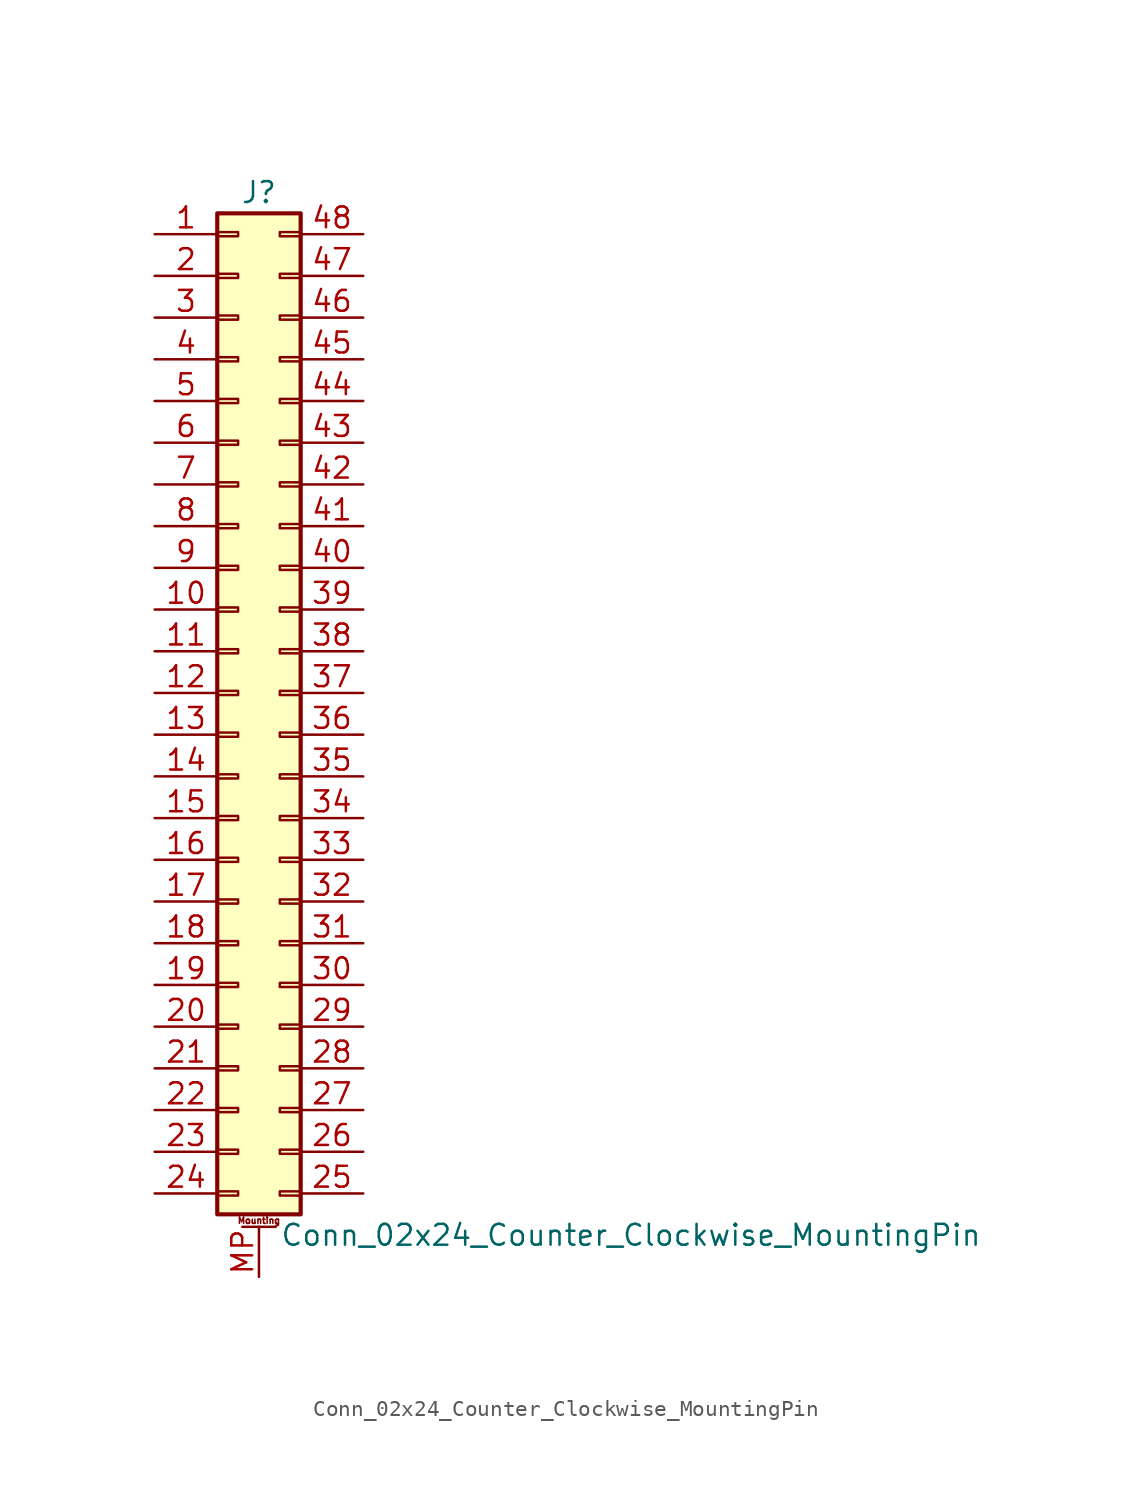
<source format=kicad_sym>
(kicad_symbol_lib
  (version 20201005)
  (generator kicad_symbol_editor)
  (symbol "Conn_02x24_Counter_Clockwise_MountingPin"
    (pin_names
      (offset 1.016) hide)
    (property "Reference" "J"
      (at 1.27 30.48 0)
      (effects (font (size 1.27 1.27))))
    (property "Value" "Conn_02x24_Counter_Clockwise_MountingPin"
      (at 2.54 -33.02 0)
      (effects (font (size 1.27 1.27)) (justify left)))
    (symbol "Conn_02x24_Counter_Clockwise_MountingPin_1_1"
      (text "Mounting" (at 1.27 -32.131 0) (effects (font (size 0.381 0.381))))
      (rectangle (start -1.27 -30.353) (end 0 -30.607) (stroke (width 0.152)) (fill (type none)))
      (rectangle (start -1.27 -27.813) (end 0 -28.067) (stroke (width 0.152)) (fill (type none)))
      (rectangle (start -1.27 -25.273) (end 0 -25.527) (stroke (width 0.152)) (fill (type none)))
      (rectangle (start -1.27 -22.733) (end 0 -22.987) (stroke (width 0.152)) (fill (type none)))
      (rectangle (start -1.27 -20.193) (end 0 -20.447) (stroke (width 0.152)) (fill (type none)))
      (rectangle (start -1.27 -17.653) (end 0 -17.907) (stroke (width 0.152)) (fill (type none)))
      (rectangle (start -1.27 -15.113) (end 0 -15.367) (stroke (width 0.152)) (fill (type none)))
      (rectangle (start -1.27 -12.573) (end 0 -12.827) (stroke (width 0.152)) (fill (type none)))
      (rectangle (start -1.27 -10.033) (end 0 -10.287) (stroke (width 0.152)) (fill (type none)))
      (rectangle (start -1.27 -7.493) (end 0 -7.747) (stroke (width 0.152)) (fill (type none)))
      (rectangle (start -1.27 -4.953) (end 0 -5.207) (stroke (width 0.152)) (fill (type none)))
      (rectangle (start -1.27 -2.413) (end 0 -2.667) (stroke (width 0.152)) (fill (type none)))
      (rectangle (start -1.27 0.127) (end 0 -0.127) (stroke (width 0.152)) (fill (type none)))
      (rectangle (start -1.27 2.667) (end 0 2.413) (stroke (width 0.152)) (fill (type none)))
      (rectangle (start -1.27 5.207) (end 0 4.953) (stroke (width 0.152)) (fill (type none)))
      (rectangle (start -1.27 7.747) (end 0 7.493) (stroke (width 0.152)) (fill (type none)))
      (rectangle (start -1.27 10.287) (end 0 10.033) (stroke (width 0.152)) (fill (type none)))
      (rectangle (start -1.27 12.827) (end 0 12.573) (stroke (width 0.152)) (fill (type none)))
      (rectangle (start -1.27 15.367) (end 0 15.113) (stroke (width 0.152)) (fill (type none)))
      (rectangle (start -1.27 17.907) (end 0 17.653) (stroke (width 0.152)) (fill (type none)))
      (rectangle (start -1.27 20.447) (end 0 20.193) (stroke (width 0.152)) (fill (type none)))
      (rectangle (start -1.27 22.987) (end 0 22.733) (stroke (width 0.152)) (fill (type none)))
      (rectangle (start -1.27 25.527) (end 0 25.273) (stroke (width 0.152)) (fill (type none)))
      (rectangle (start -1.27 28.067) (end 0 27.813) (stroke (width 0.152)) (fill (type none)))
      (rectangle (start 3.81 -30.353) (end 2.54 -30.607) (stroke (width 0.152)) (fill (type none)))
      (rectangle (start 3.81 -27.813) (end 2.54 -28.067) (stroke (width 0.152)) (fill (type none)))
      (rectangle (start 3.81 -25.273) (end 2.54 -25.527) (stroke (width 0.152)) (fill (type none)))
      (rectangle (start 3.81 -22.733) (end 2.54 -22.987) (stroke (width 0.152)) (fill (type none)))
      (rectangle (start 3.81 -20.193) (end 2.54 -20.447) (stroke (width 0.152)) (fill (type none)))
      (rectangle (start 3.81 -17.653) (end 2.54 -17.907) (stroke (width 0.152)) (fill (type none)))
      (rectangle (start 3.81 -15.113) (end 2.54 -15.367) (stroke (width 0.152)) (fill (type none)))
      (rectangle (start 3.81 -12.573) (end 2.54 -12.827) (stroke (width 0.152)) (fill (type none)))
      (rectangle (start 3.81 -10.033) (end 2.54 -10.287) (stroke (width 0.152)) (fill (type none)))
      (rectangle (start 3.81 -7.493) (end 2.54 -7.747) (stroke (width 0.152)) (fill (type none)))
      (rectangle (start 3.81 -4.953) (end 2.54 -5.207) (stroke (width 0.152)) (fill (type none)))
      (rectangle (start 3.81 -2.413) (end 2.54 -2.667) (stroke (width 0.152)) (fill (type none)))
      (rectangle (start 3.81 0.127) (end 2.54 -0.127) (stroke (width 0.152)) (fill (type none)))
      (rectangle (start 3.81 2.667) (end 2.54 2.413) (stroke (width 0.152)) (fill (type none)))
      (rectangle (start 3.81 5.207) (end 2.54 4.953) (stroke (width 0.152)) (fill (type none)))
      (rectangle (start 3.81 7.747) (end 2.54 7.493) (stroke (width 0.152)) (fill (type none)))
      (rectangle (start 3.81 10.287) (end 2.54 10.033) (stroke (width 0.152)) (fill (type none)))
      (rectangle (start 3.81 12.827) (end 2.54 12.573) (stroke (width 0.152)) (fill (type none)))
      (rectangle (start 3.81 15.367) (end 2.54 15.113) (stroke (width 0.152)) (fill (type none)))
      (rectangle (start 3.81 17.907) (end 2.54 17.653) (stroke (width 0.152)) (fill (type none)))
      (rectangle (start 3.81 20.447) (end 2.54 20.193) (stroke (width 0.152)) (fill (type none)))
      (rectangle (start 3.81 22.987) (end 2.54 22.733) (stroke (width 0.152)) (fill (type none)))
      (rectangle (start 3.81 25.527) (end 2.54 25.273) (stroke (width 0.152)) (fill (type none)))
      (rectangle (start 3.81 28.067) (end 2.54 27.813) (stroke (width 0.152)) (fill (type none)))
      (rectangle (start -1.27 29.21) (end 3.81 -31.75) (stroke (width 0.254)) (fill (type background)))
      (polyline (pts (xy 0.254 -32.512) (xy 2.286 -32.512)) (stroke (width 0.152)) (fill (type none)))
      (pin passive line (at -5.08 27.94 0) (length 3.81) (name "Pin_1" (effects (font (size 1.27 1.27)))) (number "1" (effects (font (size 1.27 1.27)))))
      (pin passive line (at -5.08 5.08 0) (length 3.81) (name "Pin_10" (effects (font (size 1.27 1.27)))) (number "10" (effects (font (size 1.27 1.27)))))
      (pin passive line (at -5.08 2.54 0) (length 3.81) (name "Pin_11" (effects (font (size 1.27 1.27)))) (number "11" (effects (font (size 1.27 1.27)))))
      (pin passive line (at -5.08 0 0) (length 3.81) (name "Pin_12" (effects (font (size 1.27 1.27)))) (number "12" (effects (font (size 1.27 1.27)))))
      (pin passive line (at -5.08 -2.54 0) (length 3.81) (name "Pin_13" (effects (font (size 1.27 1.27)))) (number "13" (effects (font (size 1.27 1.27)))))
      (pin passive line (at -5.08 -5.08 0) (length 3.81) (name "Pin_14" (effects (font (size 1.27 1.27)))) (number "14" (effects (font (size 1.27 1.27)))))
      (pin passive line (at -5.08 -7.62 0) (length 3.81) (name "Pin_15" (effects (font (size 1.27 1.27)))) (number "15" (effects (font (size 1.27 1.27)))))
      (pin passive line (at -5.08 -10.16 0) (length 3.81) (name "Pin_16" (effects (font (size 1.27 1.27)))) (number "16" (effects (font (size 1.27 1.27)))))
      (pin passive line (at -5.08 -12.7 0) (length 3.81) (name "Pin_17" (effects (font (size 1.27 1.27)))) (number "17" (effects (font (size 1.27 1.27)))))
      (pin passive line (at -5.08 -15.24 0) (length 3.81) (name "Pin_18" (effects (font (size 1.27 1.27)))) (number "18" (effects (font (size 1.27 1.27)))))
      (pin passive line (at -5.08 -17.78 0) (length 3.81) (name "Pin_19" (effects (font (size 1.27 1.27)))) (number "19" (effects (font (size 1.27 1.27)))))
      (pin passive line (at -5.08 25.4 0) (length 3.81) (name "Pin_2" (effects (font (size 1.27 1.27)))) (number "2" (effects (font (size 1.27 1.27)))))
      (pin passive line (at -5.08 -20.32 0) (length 3.81) (name "Pin_20" (effects (font (size 1.27 1.27)))) (number "20" (effects (font (size 1.27 1.27)))))
      (pin passive line (at -5.08 -22.86 0) (length 3.81) (name "Pin_21" (effects (font (size 1.27 1.27)))) (number "21" (effects (font (size 1.27 1.27)))))
      (pin passive line (at -5.08 -25.4 0) (length 3.81) (name "Pin_22" (effects (font (size 1.27 1.27)))) (number "22" (effects (font (size 1.27 1.27)))))
      (pin passive line (at -5.08 -27.94 0) (length 3.81) (name "Pin_23" (effects (font (size 1.27 1.27)))) (number "23" (effects (font (size 1.27 1.27)))))
      (pin passive line (at -5.08 -30.48 0) (length 3.81) (name "Pin_24" (effects (font (size 1.27 1.27)))) (number "24" (effects (font (size 1.27 1.27)))))
      (pin passive line (at 7.62 -30.48 180) (length 3.81) (name "Pin_25" (effects (font (size 1.27 1.27)))) (number "25" (effects (font (size 1.27 1.27)))))
      (pin passive line (at 7.62 -27.94 180) (length 3.81) (name "Pin_26" (effects (font (size 1.27 1.27)))) (number "26" (effects (font (size 1.27 1.27)))))
      (pin passive line (at 7.62 -25.4 180) (length 3.81) (name "Pin_27" (effects (font (size 1.27 1.27)))) (number "27" (effects (font (size 1.27 1.27)))))
      (pin passive line (at 7.62 -22.86 180) (length 3.81) (name "Pin_28" (effects (font (size 1.27 1.27)))) (number "28" (effects (font (size 1.27 1.27)))))
      (pin passive line (at 7.62 -20.32 180) (length 3.81) (name "Pin_29" (effects (font (size 1.27 1.27)))) (number "29" (effects (font (size 1.27 1.27)))))
      (pin passive line (at -5.08 22.86 0) (length 3.81) (name "Pin_3" (effects (font (size 1.27 1.27)))) (number "3" (effects (font (size 1.27 1.27)))))
      (pin passive line (at 7.62 -17.78 180) (length 3.81) (name "Pin_30" (effects (font (size 1.27 1.27)))) (number "30" (effects (font (size 1.27 1.27)))))
      (pin passive line (at 7.62 -15.24 180) (length 3.81) (name "Pin_31" (effects (font (size 1.27 1.27)))) (number "31" (effects (font (size 1.27 1.27)))))
      (pin passive line (at 7.62 -12.7 180) (length 3.81) (name "Pin_32" (effects (font (size 1.27 1.27)))) (number "32" (effects (font (size 1.27 1.27)))))
      (pin passive line (at 7.62 -10.16 180) (length 3.81) (name "Pin_33" (effects (font (size 1.27 1.27)))) (number "33" (effects (font (size 1.27 1.27)))))
      (pin passive line (at 7.62 -7.62 180) (length 3.81) (name "Pin_34" (effects (font (size 1.27 1.27)))) (number "34" (effects (font (size 1.27 1.27)))))
      (pin passive line (at 7.62 -5.08 180) (length 3.81) (name "Pin_35" (effects (font (size 1.27 1.27)))) (number "35" (effects (font (size 1.27 1.27)))))
      (pin passive line (at 7.62 -2.54 180) (length 3.81) (name "Pin_36" (effects (font (size 1.27 1.27)))) (number "36" (effects (font (size 1.27 1.27)))))
      (pin passive line (at 7.62 0 180) (length 3.81) (name "Pin_37" (effects (font (size 1.27 1.27)))) (number "37" (effects (font (size 1.27 1.27)))))
      (pin passive line (at 7.62 2.54 180) (length 3.81) (name "Pin_38" (effects (font (size 1.27 1.27)))) (number "38" (effects (font (size 1.27 1.27)))))
      (pin passive line (at 7.62 5.08 180) (length 3.81) (name "Pin_39" (effects (font (size 1.27 1.27)))) (number "39" (effects (font (size 1.27 1.27)))))
      (pin passive line (at -5.08 20.32 0) (length 3.81) (name "Pin_4" (effects (font (size 1.27 1.27)))) (number "4" (effects (font (size 1.27 1.27)))))
      (pin passive line (at 7.62 7.62 180) (length 3.81) (name "Pin_40" (effects (font (size 1.27 1.27)))) (number "40" (effects (font (size 1.27 1.27)))))
      (pin passive line (at 7.62 10.16 180) (length 3.81) (name "Pin_41" (effects (font (size 1.27 1.27)))) (number "41" (effects (font (size 1.27 1.27)))))
      (pin passive line (at 7.62 12.7 180) (length 3.81) (name "Pin_42" (effects (font (size 1.27 1.27)))) (number "42" (effects (font (size 1.27 1.27)))))
      (pin passive line (at 7.62 15.24 180) (length 3.81) (name "Pin_43" (effects (font (size 1.27 1.27)))) (number "43" (effects (font (size 1.27 1.27)))))
      (pin passive line (at 7.62 17.78 180) (length 3.81) (name "Pin_44" (effects (font (size 1.27 1.27)))) (number "44" (effects (font (size 1.27 1.27)))))
      (pin passive line (at 7.62 20.32 180) (length 3.81) (name "Pin_45" (effects (font (size 1.27 1.27)))) (number "45" (effects (font (size 1.27 1.27)))))
      (pin passive line (at 7.62 22.86 180) (length 3.81) (name "Pin_46" (effects (font (size 1.27 1.27)))) (number "46" (effects (font (size 1.27 1.27)))))
      (pin passive line (at 7.62 25.4 180) (length 3.81) (name "Pin_47" (effects (font (size 1.27 1.27)))) (number "47" (effects (font (size 1.27 1.27)))))
      (pin passive line (at 7.62 27.94 180) (length 3.81) (name "Pin_48" (effects (font (size 1.27 1.27)))) (number "48" (effects (font (size 1.27 1.27)))))
      (pin passive line (at -5.08 17.78 0) (length 3.81) (name "Pin_5" (effects (font (size 1.27 1.27)))) (number "5" (effects (font (size 1.27 1.27)))))
      (pin passive line (at -5.08 15.24 0) (length 3.81) (name "Pin_6" (effects (font (size 1.27 1.27)))) (number "6" (effects (font (size 1.27 1.27)))))
      (pin passive line (at -5.08 12.7 0) (length 3.81) (name "Pin_7" (effects (font (size 1.27 1.27)))) (number "7" (effects (font (size 1.27 1.27)))))
      (pin passive line (at -5.08 10.16 0) (length 3.81) (name "Pin_8" (effects (font (size 1.27 1.27)))) (number "8" (effects (font (size 1.27 1.27)))))
      (pin passive line (at -5.08 7.62 0) (length 3.81) (name "Pin_9" (effects (font (size 1.27 1.27)))) (number "9" (effects (font (size 1.27 1.27)))))
      (pin passive line (at 1.27 -35.56 90) (length 3.048) (name "MountPin" (effects (font (size 1.27 1.27)))) (number "MP" (effects (font (size 1.27 1.27))))))))
</source>
